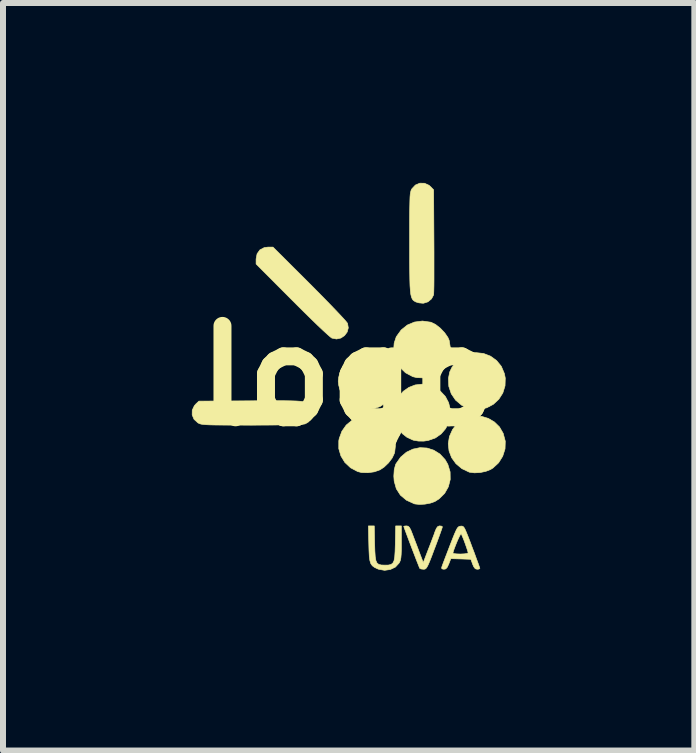
<source format=kicad_pcb>
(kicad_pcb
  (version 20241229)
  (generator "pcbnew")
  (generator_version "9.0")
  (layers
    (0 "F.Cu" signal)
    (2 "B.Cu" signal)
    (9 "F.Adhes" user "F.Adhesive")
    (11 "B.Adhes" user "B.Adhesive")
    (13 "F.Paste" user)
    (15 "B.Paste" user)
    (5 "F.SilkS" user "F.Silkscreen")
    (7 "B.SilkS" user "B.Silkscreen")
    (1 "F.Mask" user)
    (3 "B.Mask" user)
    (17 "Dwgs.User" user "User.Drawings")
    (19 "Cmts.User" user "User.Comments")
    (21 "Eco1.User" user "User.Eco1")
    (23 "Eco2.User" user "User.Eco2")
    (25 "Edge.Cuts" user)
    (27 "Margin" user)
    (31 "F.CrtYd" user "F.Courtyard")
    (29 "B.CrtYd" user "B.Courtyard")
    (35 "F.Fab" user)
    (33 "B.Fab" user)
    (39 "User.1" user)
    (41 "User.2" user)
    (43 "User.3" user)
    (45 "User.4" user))
  (footprint "logo"
    (layer "F.Cu")
    (at 2.765 3.22)
    (property "Reference" "logo" (at 0 0 0) (layer "F.SilkS") (effects (font (size 1.524 1.524) (thickness 0.3))))
    (attr through_hole)
    (fp_poly (pts (xy 0.433 -0.374) (xy 0.546 -0.327) (xy 0.635 -0.258) (xy 0.72 -0.149) (xy 0.769 -0.025) (xy 0.782 0.11) (xy 0.762 0.236) (xy 0.726 0.313) (xy 0.666 0.393) (xy 0.591 0.465) (xy 0.522 0.511) (xy 0.417 0.547) (xy 0.298 0.559) (xy 0.182 0.547) (xy 0.138 0.534) (xy 0.037 0.479) (xy -0.052 0.396) (xy -0.12 0.296) (xy -0.145 0.233) (xy -0.167 0.151) (xy -0.174 0.087) (xy -0.167 0.024) (xy -0.147 -0.05) (xy -0.094 -0.168) (xy -0.015 -0.262) (xy 0.084 -0.332) (xy 0.196 -0.375) (xy 0.314 -0.389) (xy 0.433 -0.374)) (stroke (width 0.01) (type solid)) (fill yes) (layer "F.SilkS"))
    (fp_poly (pts (xy 1.306 1.202) (xy 1.419 1.238) (xy 1.522 1.302) (xy 1.608 1.395) (xy 1.654 1.475) (xy 1.692 1.6) (xy 1.694 1.727) (xy 1.663 1.848) (xy 1.601 1.958) (xy 1.509 2.049) (xy 1.437 2.095) (xy 1.363 2.121) (xy 1.272 2.138) (xy 1.18 2.143) (xy 1.105 2.135) (xy 1.094 2.132) (xy 0.963 2.072) (xy 0.863 1.988) (xy 0.795 1.882) (xy 0.759 1.754) (xy 0.753 1.671) (xy 0.76 1.563) (xy 0.781 1.484) (xy 0.789 1.465) (xy 0.867 1.354) (xy 0.963 1.272) (xy 1.072 1.22) (xy 1.189 1.196) (xy 1.306 1.202)) (stroke (width 0.01) (type solid)) (fill yes) (layer "F.SilkS"))
    (fp_poly (pts (xy 1.347 0.156) (xy 1.418 0.183) (xy 1.53 0.254) (xy 1.613 0.343) (xy 1.667 0.446) (xy 1.694 0.556) (xy 1.694 0.669) (xy 1.668 0.779) (xy 1.617 0.879) (xy 1.543 0.966) (xy 1.446 1.034) (xy 1.327 1.076) (xy 1.252 1.087) (xy 1.162 1.086) (xy 1.082 1.072) (xy 1.07 1.068) (xy 0.971 1.022) (xy 0.896 0.963) (xy 0.84 0.895) (xy 0.777 0.78) (xy 0.749 0.663) (xy 0.751 0.547) (xy 0.782 0.438) (xy 0.836 0.339) (xy 0.912 0.255) (xy 1.004 0.191) (xy 1.109 0.15) (xy 1.225 0.137) (xy 1.347 0.156)) (stroke (width 0.01) (type solid)) (fill yes) (layer "F.SilkS"))
    (fp_poly (pts (xy 2.218 0.674) (xy 2.329 0.708) (xy 2.43 0.767) (xy 2.515 0.85) (xy 2.577 0.957) (xy 2.611 1.084) (xy 2.612 1.091) (xy 2.608 1.217) (xy 2.569 1.339) (xy 2.501 1.448) (xy 2.407 1.535) (xy 2.367 1.56) (xy 2.288 1.591) (xy 2.193 1.611) (xy 2.097 1.616) (xy 2.018 1.606) (xy 2.012 1.605) (xy 1.888 1.546) (xy 1.79 1.464) (xy 1.717 1.363) (xy 1.674 1.251) (xy 1.661 1.131) (xy 1.68 1.011) (xy 1.732 0.895) (xy 1.775 0.837) (xy 1.874 0.749) (xy 1.984 0.693) (xy 2.1 0.669) (xy 2.218 0.674)) (stroke (width 0.01) (type solid)) (fill yes) (layer "F.SilkS"))
    (fp_poly (pts (xy 2.249 -0.375) (xy 2.366 -0.33) (xy 2.467 -0.257) (xy 2.546 -0.16) (xy 2.597 -0.04) (xy 2.612 0.036) (xy 2.608 0.165) (xy 2.571 0.284) (xy 2.504 0.389) (xy 2.413 0.473) (xy 2.301 0.532) (xy 2.174 0.558) (xy 2.174 0.558) (xy 2.102 0.56) (xy 2.04 0.555) (xy 2.012 0.55) (xy 1.885 0.489) (xy 1.783 0.403) (xy 1.711 0.297) (xy 1.67 0.174) (xy 1.664 0.041) (xy 1.685 -0.066) (xy 1.721 -0.141) (xy 1.783 -0.22) (xy 1.859 -0.292) (xy 1.937 -0.346) (xy 1.985 -0.367) (xy 2.12 -0.389) (xy 2.249 -0.375)) (stroke (width 0.01) (type solid)) (fill yes) (layer "F.SilkS"))
    (fp_poly (pts (xy 1.366 -0.897) (xy 1.375 -0.895) (xy 1.45 -0.858) (xy 1.529 -0.796) (xy 1.601 -0.72) (xy 1.655 -0.642) (xy 1.676 -0.594) (xy 1.698 -0.458) (xy 1.684 -0.327) (xy 1.637 -0.207) (xy 1.559 -0.104) (xy 1.453 -0.024) (xy 1.437 -0.016) (xy 1.346 0.017) (xy 1.239 0.032) (xy 1.136 0.028) (xy 1.07 0.012) (xy 0.948 -0.053) (xy 0.848 -0.15) (xy 0.806 -0.211) (xy 0.766 -0.313) (xy 0.75 -0.43) (xy 0.759 -0.548) (xy 0.793 -0.651) (xy 0.795 -0.655) (xy 0.875 -0.766) (xy 0.978 -0.849) (xy 1.098 -0.899) (xy 1.229 -0.916) (xy 1.366 -0.897)) (stroke (width 0.01) (type solid)) (fill yes) (layer "F.SilkS"))
    (fp_poly (pts (xy 0.392 0.674) (xy 0.507 0.711) (xy 0.613 0.781) (xy 0.64 0.806) (xy 0.691 0.866) (xy 0.734 0.929) (xy 0.751 0.962) (xy 0.775 1.053) (xy 0.78 1.161) (xy 0.768 1.268) (xy 0.762 1.291) (xy 0.726 1.368) (xy 0.666 1.448) (xy 0.591 1.52) (xy 0.522 1.566) (xy 0.428 1.599) (xy 0.321 1.614) (xy 0.216 1.611) (xy 0.151 1.595) (xy 0.032 1.532) (xy -0.063 1.443) (xy -0.129 1.335) (xy -0.165 1.213) (xy -0.165 1.083) (xy -0.158 1.045) (xy -0.113 0.922) (xy -0.041 0.82) (xy 0.051 0.743) (xy 0.158 0.692) (xy 0.274 0.668) (xy 0.392 0.674)) (stroke (width 0.01) (type solid)) (fill yes) (layer "F.SilkS"))
    (fp_poly (pts (xy -0.651 -1.54) (xy -0.523 -1.411) (xy -0.403 -1.289) (xy -0.294 -1.177) (xy -0.199 -1.078) (xy -0.121 -0.995) (xy -0.063 -0.932) (xy -0.028 -0.89) (xy -0.019 -0.877) (xy -0.006 -0.802) (xy -0.025 -0.732) (xy -0.069 -0.673) (xy -0.13 -0.632) (xy -0.203 -0.616) (xy -0.279 -0.631) (xy -0.283 -0.633) (xy -0.309 -0.653) (xy -0.359 -0.697) (xy -0.431 -0.763) (xy -0.52 -0.847) (xy -0.624 -0.948) (xy -0.74 -1.062) (xy -0.864 -1.185) (xy -0.943 -1.264) (xy -1.544 -1.867) (xy -1.544 -1.951) (xy -1.527 -2.038) (xy -1.48 -2.103) (xy -1.407 -2.141) (xy -1.345 -2.149) (xy -1.262 -2.149) (xy -0.651 -1.54)) (stroke (width 0.01) (type solid)) (fill yes) (layer "F.SilkS"))
    (fp_poly (pts (xy 0.433 2.793) (xy 0.437 2.921) (xy 0.443 3.014) (xy 0.454 3.079) (xy 0.473 3.12) (xy 0.502 3.143) (xy 0.544 3.153) (xy 0.6 3.155) (xy 0.606 3.155) (xy 0.664 3.154) (xy 0.706 3.144) (xy 0.736 3.122) (xy 0.756 3.083) (xy 0.768 3.02) (xy 0.774 2.929) (xy 0.778 2.805) (xy 0.778 2.793) (xy 0.784 2.501) (xy 0.879 2.501) (xy 0.879 2.779) (xy 0.879 2.892) (xy 0.876 2.974) (xy 0.871 3.032) (xy 0.863 3.073) (xy 0.85 3.105) (xy 0.84 3.122) (xy 0.779 3.188) (xy 0.695 3.228) (xy 0.6 3.242) (xy 0.503 3.225) (xy 0.479 3.216) (xy 0.43 3.192) (xy 0.395 3.166) (xy 0.37 3.131) (xy 0.354 3.081) (xy 0.344 3.009) (xy 0.339 2.91) (xy 0.336 2.802) (xy 0.329 2.501) (xy 0.427 2.501) (xy 0.433 2.793)) (stroke (width 0.01) (type solid)) (fill yes) (layer "F.SilkS"))
    (fp_poly (pts (xy -1.09 0.413) (xy -0.97 0.415) (xy -0.875 0.418) (xy -0.802 0.423) (xy -0.748 0.43) (xy -0.708 0.439) (xy -0.679 0.451) (xy -0.659 0.466) (xy -0.643 0.484) (xy -0.634 0.496) (xy -0.612 0.555) (xy -0.607 0.63) (xy -0.622 0.702) (xy -0.636 0.732) (xy -0.677 0.772) (xy -0.727 0.8) (xy -0.765 0.806) (xy -0.841 0.81) (xy -0.954 0.814) (xy -1.104 0.817) (xy -1.29 0.819) (xy -1.51 0.82) (xy -1.62 0.821) (xy -1.822 0.82) (xy -1.99 0.82) (xy -2.125 0.819) (xy -2.233 0.818) (xy -2.316 0.816) (xy -2.38 0.813) (xy -2.426 0.809) (xy -2.459 0.804) (xy -2.484 0.797) (xy -2.502 0.789) (xy -2.516 0.781) (xy -2.579 0.723) (xy -2.61 0.65) (xy -2.609 0.571) (xy -2.574 0.497) (xy -2.548 0.467) (xy -2.498 0.42) (xy -1.635 0.415) (xy -1.419 0.413) (xy -1.238 0.413) (xy -1.09 0.413)) (stroke (width 0.01) (type solid)) (fill yes) (layer "F.SilkS"))
    (fp_poly (pts (xy 1.265 -3.214) (xy 1.34 -3.18) (xy 1.369 -3.154) (xy 1.417 -3.104) (xy 1.422 -2.25) (xy 1.423 -2.07) (xy 1.423 -1.9) (xy 1.423 -1.746) (xy 1.423 -1.611) (xy 1.422 -1.5) (xy 1.42 -1.416) (xy 1.418 -1.365) (xy 1.416 -1.351) (xy 1.382 -1.286) (xy 1.322 -1.236) (xy 1.249 -1.213) (xy 1.233 -1.213) (xy 1.172 -1.219) (xy 1.121 -1.234) (xy 1.12 -1.235) (xy 1.096 -1.248) (xy 1.076 -1.263) (xy 1.06 -1.285) (xy 1.047 -1.317) (xy 1.036 -1.362) (xy 1.029 -1.423) (xy 1.023 -1.504) (xy 1.02 -1.609) (xy 1.018 -1.741) (xy 1.016 -1.903) (xy 1.016 -2.099) (xy 1.016 -2.221) (xy 1.016 -2.424) (xy 1.016 -2.592) (xy 1.017 -2.728) (xy 1.019 -2.836) (xy 1.021 -2.92) (xy 1.023 -2.984) (xy 1.027 -3.031) (xy 1.033 -3.064) (xy 1.039 -3.089) (xy 1.047 -3.108) (xy 1.055 -3.122) (xy 1.113 -3.184) (xy 1.187 -3.215) (xy 1.265 -3.214)) (stroke (width 0.01) (type solid)) (fill yes) (layer "F.SilkS"))
    (fp_poly (pts (xy 1.553 2.506) (xy 1.563 2.516) (xy 1.557 2.538) (xy 1.539 2.59) (xy 1.511 2.668) (xy 1.476 2.764) (xy 1.435 2.873) (xy 1.433 2.877) (xy 1.388 2.998) (xy 1.353 3.087) (xy 1.327 3.148) (xy 1.306 3.188) (xy 1.289 3.211) (xy 1.273 3.221) (xy 1.254 3.224) (xy 1.248 3.224) (xy 1.206 3.219) (xy 1.185 3.209) (xy 1.176 3.187) (xy 1.156 3.136) (xy 1.127 3.063) (xy 1.093 2.974) (xy 1.056 2.878) (xy 1.019 2.78) (xy 0.984 2.687) (xy 0.954 2.607) (xy 0.932 2.547) (xy 0.92 2.513) (xy 0.918 2.509) (xy 0.935 2.503) (xy 0.965 2.501) (xy 0.992 2.506) (xy 1.014 2.527) (xy 1.037 2.57) (xy 1.062 2.633) (xy 1.093 2.715) (xy 1.131 2.814) (xy 1.169 2.914) (xy 1.178 2.939) (xy 1.244 3.113) (xy 1.323 2.908) (xy 1.36 2.813) (xy 1.395 2.72) (xy 1.425 2.641) (xy 1.438 2.602) (xy 1.463 2.542) (xy 1.487 2.511) (xy 1.515 2.501) (xy 1.519 2.501) (xy 1.553 2.506)) (stroke (width 0.01) (type solid)) (fill yes) (layer "F.SilkS"))
    (fp_poly (pts (xy 1.905 2.509) (xy 1.921 2.523) (xy 1.939 2.553) (xy 1.961 2.603) (xy 1.991 2.677) (xy 2.031 2.78) (xy 2.056 2.848) (xy 2.098 2.958) (xy 2.133 3.055) (xy 2.162 3.133) (xy 2.181 3.187) (xy 2.188 3.21) (xy 2.188 3.211) (xy 2.172 3.221) (xy 2.143 3.224) (xy 2.111 3.215) (xy 2.086 3.182) (xy 2.068 3.141) (xy 2.038 3.058) (xy 1.871 3.052) (xy 1.704 3.047) (xy 1.67 3.135) (xy 1.644 3.191) (xy 1.619 3.218) (xy 1.588 3.224) (xy 1.554 3.217) (xy 1.551 3.193) (xy 1.552 3.19) (xy 1.562 3.161) (xy 1.584 3.102) (xy 1.615 3.02) (xy 1.64 2.956) (xy 1.739 2.956) (xy 1.757 2.963) (xy 1.803 2.968) (xy 1.866 2.97) (xy 1.931 2.967) (xy 1.976 2.96) (xy 1.993 2.951) (xy 1.986 2.923) (xy 1.969 2.87) (xy 1.946 2.804) (xy 1.921 2.736) (xy 1.897 2.677) (xy 1.88 2.639) (xy 1.876 2.632) (xy 1.865 2.643) (xy 1.844 2.682) (xy 1.818 2.738) (xy 1.791 2.803) (xy 1.766 2.867) (xy 1.747 2.92) (xy 1.739 2.954) (xy 1.739 2.956) (xy 1.64 2.956) (xy 1.653 2.922) (xy 1.687 2.833) (xy 1.732 2.717) (xy 1.766 2.633) (xy 1.792 2.575) (xy 1.812 2.538) (xy 1.83 2.518) (xy 1.848 2.508) (xy 1.868 2.505) (xy 1.888 2.504) (xy 1.905 2.509)) (stroke (width 0.01) (type solid)) (fill yes) (layer "F.SilkS")))
  (gr_rect
    (start -3 -3)
    (end 8.53 9.467)
    (stroke (width 0.1) (type default))
    (fill no)
    (layer "Edge.Cuts")))
</source>
